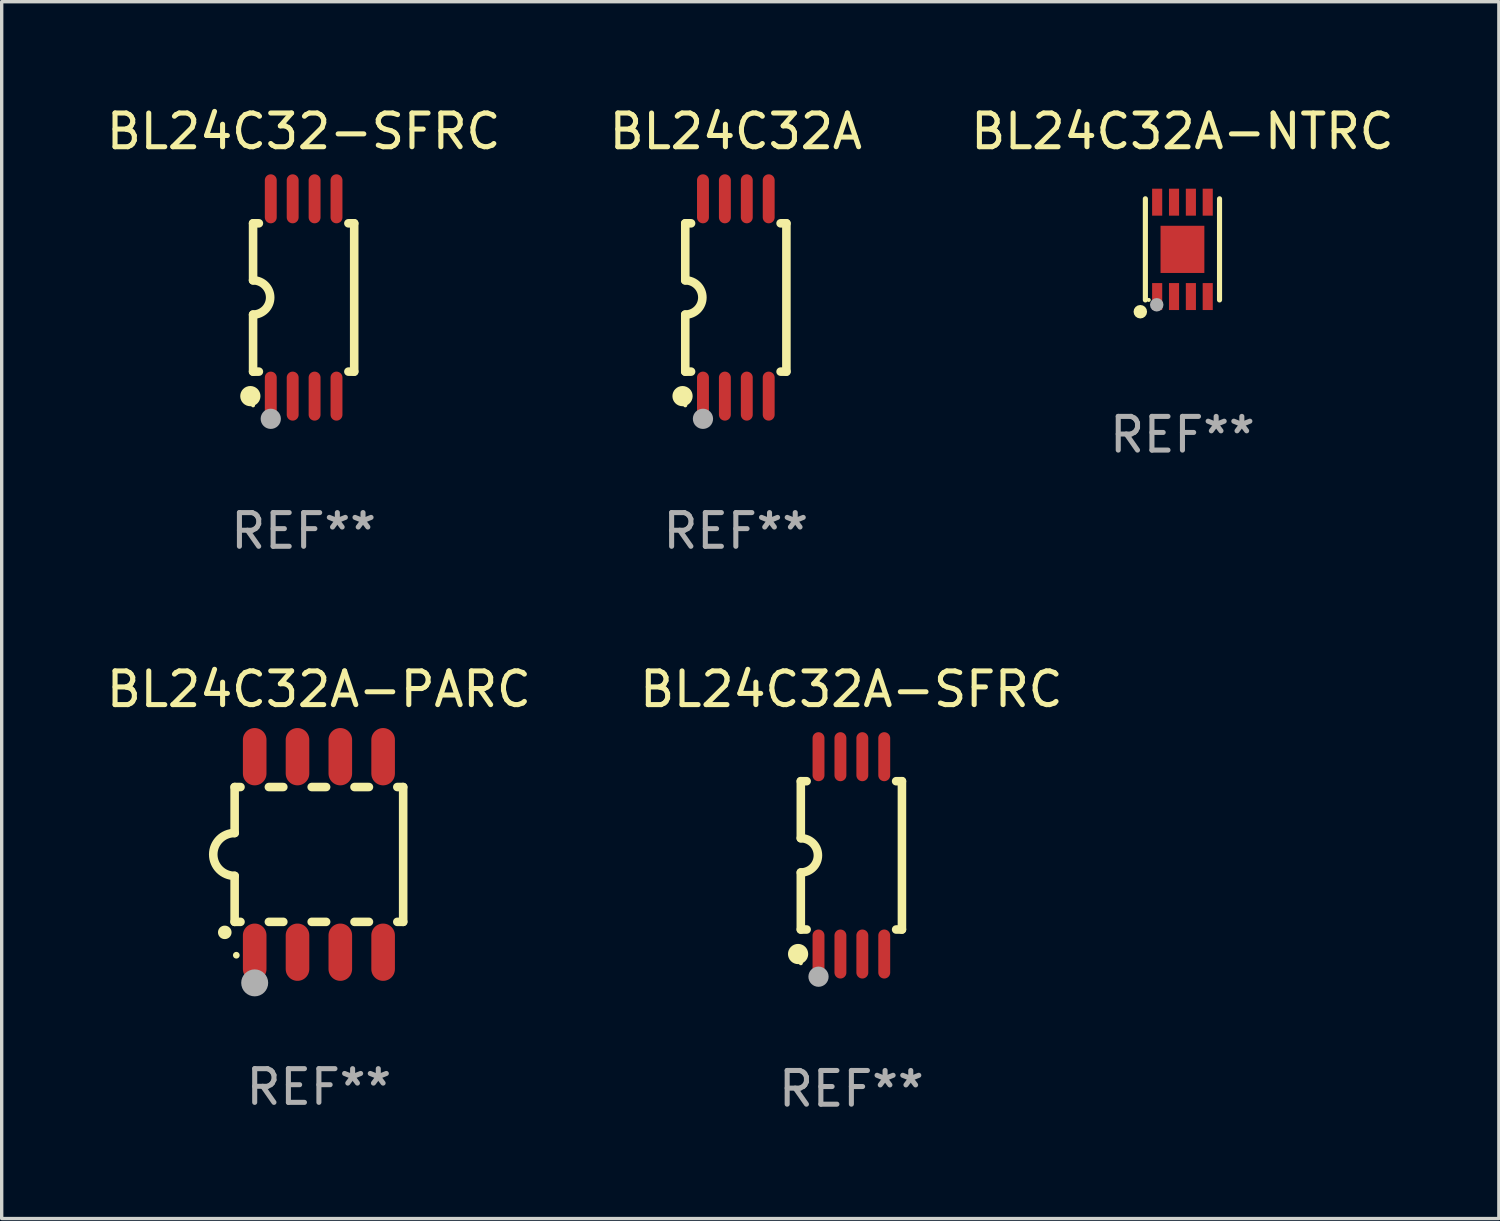
<source format=kicad_pcb>
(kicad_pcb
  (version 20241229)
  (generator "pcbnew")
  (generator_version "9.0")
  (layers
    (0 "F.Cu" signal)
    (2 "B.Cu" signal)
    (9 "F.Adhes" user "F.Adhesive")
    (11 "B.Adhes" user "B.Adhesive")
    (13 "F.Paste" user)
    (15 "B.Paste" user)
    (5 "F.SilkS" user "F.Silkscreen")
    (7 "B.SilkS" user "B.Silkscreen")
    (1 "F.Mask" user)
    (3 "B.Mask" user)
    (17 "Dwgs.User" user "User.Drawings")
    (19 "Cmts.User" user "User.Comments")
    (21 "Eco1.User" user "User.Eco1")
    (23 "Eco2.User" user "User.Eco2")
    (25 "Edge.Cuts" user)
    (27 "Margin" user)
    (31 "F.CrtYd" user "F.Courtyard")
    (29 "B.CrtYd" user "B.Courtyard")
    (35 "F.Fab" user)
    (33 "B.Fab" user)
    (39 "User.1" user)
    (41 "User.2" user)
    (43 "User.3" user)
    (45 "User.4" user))
  (footprint "BL24C32A"
    (layer "F.Cu")
    (at 18.78 5.775)
    (property "Reference" "BL24C32A" (at 0 -4.927 0) (layer "F.SilkS") (effects (font (size 1 1) (thickness 0.15))))
    (attr through_hole)
    (fp_line (start -1.5 -2.2) (end -1.5 -0.508) (stroke (width 0.254) (type solid)) (layer "F.SilkS"))
    (fp_line (start -1.5 -2.2) (end -1.328 -2.2) (stroke (width 0.254) (type solid)) (layer "F.SilkS"))
    (fp_line (start -1.5 2.2) (end -1.5 0.508) (stroke (width 0.254) (type solid)) (layer "F.SilkS"))
    (fp_line (start -1.5 2.2) (end -1.328 2.2) (stroke (width 0.254) (type solid)) (layer "F.SilkS"))
    (fp_line (start 1.328 -2.2) (end 1.5 -2.2) (stroke (width 0.254) (type solid)) (layer "F.SilkS"))
    (fp_line (start 1.328 2.2) (end 1.5 2.2) (stroke (width 0.254) (type solid)) (layer "F.SilkS"))
    (fp_line (start 1.5 -2.2) (end 1.5 2.2) (stroke (width 0.254) (type solid)) (layer "F.SilkS"))
    (fp_arc (start -1.501144 -0.508) (mid -0.993143 -0.000571) (end -1.5 0.508001) (stroke (width 0.254001) (type solid)) (layer "F.SilkS"))
    (fp_circle (center -1.581 2.927) (end -1.431 2.927) (stroke (width 0.3) (type solid)) (fill no) (layer "F.SilkS"))
    (fp_circle (center -1.5 3.2) (end -1.47 3.2) (stroke (width 0.06) (type solid)) (fill no) (layer "F.SilkS"))
    (fp_circle (center -0.975 3.6) (end -0.825 3.6) (stroke (width 0.3) (type solid)) (fill no) (layer "F.Fab"))
    (fp_text user "REF**" (at 0 6.927 0) (layer "F.Fab") (effects (font (size 1 1) (thickness 0.15))))
    (pad "1" smd oval (at -0.975 2.927) (size 0.353 1.454) (layers "F.Cu" "F.Mask" "F.Paste"))
    (pad "2" smd oval (at -0.325 2.927) (size 0.353 1.454) (layers "F.Cu" "F.Mask" "F.Paste"))
    (pad "3" smd oval (at 0.325 2.927) (size 0.353 1.454) (layers "F.Cu" "F.Mask" "F.Paste"))
    (pad "4" smd oval (at 0.975 2.927) (size 0.353 1.454) (layers "F.Cu" "F.Mask" "F.Paste"))
    (pad "5" smd oval (at 0.975 -2.927) (size 0.353 1.454) (layers "F.Cu" "F.Mask" "F.Paste"))
    (pad "6" smd oval (at 0.325 -2.927) (size 0.353 1.454) (layers "F.Cu" "F.Mask" "F.Paste"))
    (pad "7" smd oval (at -0.325 -2.927) (size 0.353 1.454) (layers "F.Cu" "F.Mask" "F.Paste"))
    (pad "8" smd oval (at -0.975 -2.927) (size 0.353 1.454) (layers "F.Cu" "F.Mask" "F.Paste")))
  (footprint "BL24C32A-NTRC"
    (layer "F.Cu")
    (at 32.03 4.348)
    (property "Reference" "BL24C32A-NTRC" (at 0 -3.5 0) (layer "F.SilkS") (effects (font (size 1 1) (thickness 0.15))))
    (attr through_hole)
    (fp_line (start -1.1 1.5) (end -1.1 -1.5) (stroke (width 0.152) (type solid)) (layer "F.SilkS"))
    (fp_line (start 1.1 -1.5) (end 1.1 1.5) (stroke (width 0.152) (type solid)) (layer "F.SilkS"))
    (fp_circle (center -1.25 1.85) (end -1.15 1.85) (stroke (width 0.2) (type solid)) (fill no) (layer "F.SilkS"))
    (fp_circle (center -1 1.5) (end -0.97 1.5) (stroke (width 0.06) (type solid)) (fill no) (layer "F.SilkS"))
    (fp_circle (center -0.763 1.644) (end -0.663 1.644) (stroke (width 0.2) (type solid)) (fill no) (layer "F.Fab"))
    (fp_text user "REF**" (at 0 5.5 0) (layer "F.Fab") (effects (font (size 1 1) (thickness 0.15))))
    (pad "1" smd rect (at -0.75 1.4 180) (size 0.3 0.8) (layers "F.Cu" "F.Mask" "F.Paste"))
    (pad "2" smd rect (at -0.25 1.4) (size 0.3 0.8) (layers "F.Cu" "F.Mask" "F.Paste"))
    (pad "3" smd rect (at 0.25 1.4) (size 0.3 0.8) (layers "F.Cu" "F.Mask" "F.Paste"))
    (pad "4" smd rect (at 0.75 1.4) (size 0.3 0.8) (layers "F.Cu" "F.Mask" "F.Paste"))
    (pad "5" smd rect (at 0.75 -1.4) (size 0.3 0.8) (layers "F.Cu" "F.Mask" "F.Paste"))
    (pad "6" smd rect (at 0.25 -1.4) (size 0.3 0.8) (layers "F.Cu" "F.Mask" "F.Paste"))
    (pad "7" smd rect (at -0.25 -1.4) (size 0.3 0.8) (layers "F.Cu" "F.Mask" "F.Paste"))
    (pad "8" smd rect (at -0.75 -1.4) (size 0.3 0.8) (layers "F.Cu" "F.Mask" "F.Paste"))
    (pad "9" smd rect (at 0 0 180) (size 1.3 1.4) (layers "F.Cu" "F.Mask" "F.Paste")))
  (footprint "BL24C32A-PARC"
    (layer "F.Cu")
    (at 6.411 22.299)
    (property "Reference" "BL24C32A-PARC" (at 0 -4.9 0) (layer "F.SilkS") (effects (font (size 1 1) (thickness 0.15))))
    (attr through_hole)
    (fp_line (start -2.5 -2) (end -2.5 -0.635) (stroke (width 0.254) (type solid)) (layer "F.SilkS"))
    (fp_line (start -2.5 -2) (end -2.326 -2) (stroke (width 0.254) (type solid)) (layer "F.SilkS"))
    (fp_line (start -2.5 2) (end -2.5 0.635) (stroke (width 0.254) (type solid)) (layer "F.SilkS"))
    (fp_line (start -2.5 2) (end -2.326 2) (stroke (width 0.254) (type solid)) (layer "F.SilkS"))
    (fp_line (start -1.484 -2) (end -1.056 -2) (stroke (width 0.254) (type solid)) (layer "F.SilkS"))
    (fp_line (start -1.484 2) (end -1.056 2) (stroke (width 0.254) (type solid)) (layer "F.SilkS"))
    (fp_line (start -0.214 -2) (end 0.214 -2) (stroke (width 0.254) (type solid)) (layer "F.SilkS"))
    (fp_line (start -0.214 2) (end 0.214 2) (stroke (width 0.254) (type solid)) (layer "F.SilkS"))
    (fp_line (start 1.056 -2) (end 1.484 -2) (stroke (width 0.254) (type solid)) (layer "F.SilkS"))
    (fp_line (start 1.056 2) (end 1.484 2) (stroke (width 0.254) (type solid)) (layer "F.SilkS"))
    (fp_line (start 2.326 -2) (end 2.5 -2) (stroke (width 0.254) (type solid)) (layer "F.SilkS"))
    (fp_line (start 2.326 2) (end 2.5 2) (stroke (width 0.254) (type solid)) (layer "F.SilkS"))
    (fp_line (start 2.5 -2) (end 2.5 2) (stroke (width 0.254) (type solid)) (layer "F.SilkS"))
    (fp_arc (start -2.794006 2.311405) (mid -2.792736 2.311401) (end -2.791466 2.311405) (stroke (width 0.4) (type solid)) (layer "F.SilkS"))
    (fp_arc (start -2.5 0.635001) (mid -3.134366 -0.000318) (end -2.499365 -0.635001) (stroke (width 0.254001) (type solid)) (layer "F.SilkS"))
    (fp_circle (center -2.45 2.99) (end -2.4 2.99) (stroke (width 0.1) (type solid)) (fill no) (layer "F.SilkS"))
    (fp_circle (center -1.905 3.81) (end -1.705 3.81) (stroke (width 0.4) (type solid)) (fill no) (layer "F.Fab"))
    (fp_text user "REF**" (at 0 6.9 0) (layer "F.Fab") (effects (font (size 1 1) (thickness 0.15))))
    (pad "1" smd oval (at -1.905 2.9 180) (size 0.7 1.7) (layers "F.Cu" "F.Mask" "F.Paste"))
    (pad "2" smd oval (at -0.635 2.9 180) (size 0.7 1.7) (layers "F.Cu" "F.Mask" "F.Paste"))
    (pad "3" smd oval (at 0.635 2.9 180) (size 0.7 1.7) (layers "F.Cu" "F.Mask" "F.Paste"))
    (pad "4" smd oval (at 1.905 2.9 180) (size 0.7 1.7) (layers "F.Cu" "F.Mask" "F.Paste"))
    (pad "5" smd oval (at 1.905 -2.9 180) (size 0.7 1.7) (layers "F.Cu" "F.Mask" "F.Paste"))
    (pad "6" smd oval (at 0.635 -2.9 180) (size 0.7 1.7) (layers "F.Cu" "F.Mask" "F.Paste"))
    (pad "7" smd oval (at -0.635 -2.9 180) (size 0.7 1.7) (layers "F.Cu" "F.Mask" "F.Paste"))
    (pad "8" smd oval (at -1.905 -2.9 180) (size 0.7 1.7) (layers "F.Cu" "F.Mask" "F.Paste")))
  (footprint "BL24C32A-SFRC"
    (layer "F.Cu")
    (at 22.208 22.326)
    (property "Reference" "BL24C32A-SFRC" (at 0 -4.927 0) (layer "F.SilkS") (effects (font (size 1 1) (thickness 0.15))))
    (attr through_hole)
    (fp_line (start -1.5 -2.2) (end -1.5 -0.508) (stroke (width 0.254) (type solid)) (layer "F.SilkS"))
    (fp_line (start -1.5 -2.2) (end -1.328 -2.2) (stroke (width 0.254) (type solid)) (layer "F.SilkS"))
    (fp_line (start -1.5 2.2) (end -1.5 0.508) (stroke (width 0.254) (type solid)) (layer "F.SilkS"))
    (fp_line (start -1.5 2.2) (end -1.328 2.2) (stroke (width 0.254) (type solid)) (layer "F.SilkS"))
    (fp_line (start 1.328 -2.2) (end 1.5 -2.2) (stroke (width 0.254) (type solid)) (layer "F.SilkS"))
    (fp_line (start 1.328 2.2) (end 1.5 2.2) (stroke (width 0.254) (type solid)) (layer "F.SilkS"))
    (fp_line (start 1.5 -2.2) (end 1.5 2.2) (stroke (width 0.254) (type solid)) (layer "F.SilkS"))
    (fp_arc (start -1.501144 -0.508) (mid -0.993143 -0.000571) (end -1.5 0.508001) (stroke (width 0.254001) (type solid)) (layer "F.SilkS"))
    (fp_circle (center -1.581 2.927) (end -1.431 2.927) (stroke (width 0.3) (type solid)) (fill no) (layer "F.SilkS"))
    (fp_circle (center -1.5 3.2) (end -1.47 3.2) (stroke (width 0.06) (type solid)) (fill no) (layer "F.SilkS"))
    (fp_circle (center -0.975 3.6) (end -0.825 3.6) (stroke (width 0.3) (type solid)) (fill no) (layer "F.Fab"))
    (fp_text user "REF**" (at 0 6.927 0) (layer "F.Fab") (effects (font (size 1 1) (thickness 0.15))))
    (pad "1" smd oval (at -0.975 2.927) (size 0.353 1.454) (layers "F.Cu" "F.Mask" "F.Paste"))
    (pad "2" smd oval (at -0.325 2.927) (size 0.353 1.454) (layers "F.Cu" "F.Mask" "F.Paste"))
    (pad "3" smd oval (at 0.325 2.927) (size 0.353 1.454) (layers "F.Cu" "F.Mask" "F.Paste"))
    (pad "4" smd oval (at 0.975 2.927) (size 0.353 1.454) (layers "F.Cu" "F.Mask" "F.Paste"))
    (pad "5" smd oval (at 0.975 -2.927) (size 0.353 1.454) (layers "F.Cu" "F.Mask" "F.Paste"))
    (pad "6" smd oval (at 0.325 -2.927) (size 0.353 1.454) (layers "F.Cu" "F.Mask" "F.Paste"))
    (pad "7" smd oval (at -0.325 -2.927) (size 0.353 1.454) (layers "F.Cu" "F.Mask" "F.Paste"))
    (pad "8" smd oval (at -0.975 -2.927) (size 0.353 1.454) (layers "F.Cu" "F.Mask" "F.Paste")))
  (footprint "BL24C32-SFRC"
    (layer "F.Cu")
    (at 5.958 5.775)
    (property "Reference" "BL24C32-SFRC" (at 0 -4.927 0) (layer "F.SilkS") (effects (font (size 1 1) (thickness 0.15))))
    (attr through_hole)
    (fp_line (start -1.5 -2.2) (end -1.5 -0.508) (stroke (width 0.254) (type solid)) (layer "F.SilkS"))
    (fp_line (start -1.5 -2.2) (end -1.328 -2.2) (stroke (width 0.254) (type solid)) (layer "F.SilkS"))
    (fp_line (start -1.5 2.2) (end -1.5 0.508) (stroke (width 0.254) (type solid)) (layer "F.SilkS"))
    (fp_line (start -1.5 2.2) (end -1.328 2.2) (stroke (width 0.254) (type solid)) (layer "F.SilkS"))
    (fp_line (start 1.328 -2.2) (end 1.5 -2.2) (stroke (width 0.254) (type solid)) (layer "F.SilkS"))
    (fp_line (start 1.328 2.2) (end 1.5 2.2) (stroke (width 0.254) (type solid)) (layer "F.SilkS"))
    (fp_line (start 1.5 -2.2) (end 1.5 2.2) (stroke (width 0.254) (type solid)) (layer "F.SilkS"))
    (fp_arc (start -1.501144 -0.508) (mid -0.993143 -0.000571) (end -1.5 0.508001) (stroke (width 0.254001) (type solid)) (layer "F.SilkS"))
    (fp_circle (center -1.581 2.927) (end -1.431 2.927) (stroke (width 0.3) (type solid)) (fill no) (layer "F.SilkS"))
    (fp_circle (center -1.5 3.2) (end -1.47 3.2) (stroke (width 0.06) (type solid)) (fill no) (layer "F.SilkS"))
    (fp_circle (center -0.975 3.6) (end -0.825 3.6) (stroke (width 0.3) (type solid)) (fill no) (layer "F.Fab"))
    (fp_text user "REF**" (at 0 6.927 0) (layer "F.Fab") (effects (font (size 1 1) (thickness 0.15))))
    (pad "1" smd oval (at -0.975 2.927) (size 0.353 1.454) (layers "F.Cu" "F.Mask" "F.Paste"))
    (pad "2" smd oval (at -0.325 2.927) (size 0.353 1.454) (layers "F.Cu" "F.Mask" "F.Paste"))
    (pad "3" smd oval (at 0.325 2.927) (size 0.353 1.454) (layers "F.Cu" "F.Mask" "F.Paste"))
    (pad "4" smd oval (at 0.975 2.927) (size 0.353 1.454) (layers "F.Cu" "F.Mask" "F.Paste"))
    (pad "5" smd oval (at 0.975 -2.927) (size 0.353 1.454) (layers "F.Cu" "F.Mask" "F.Paste"))
    (pad "6" smd oval (at 0.325 -2.927) (size 0.353 1.454) (layers "F.Cu" "F.Mask" "F.Paste"))
    (pad "7" smd oval (at -0.325 -2.927) (size 0.353 1.454) (layers "F.Cu" "F.Mask" "F.Paste"))
    (pad "8" smd oval (at -0.975 -2.927) (size 0.353 1.454) (layers "F.Cu" "F.Mask" "F.Paste")))
  (gr_rect
    (start -3 -3)
    (end 41.417 33.101)
    (stroke (width 0.1) (type default))
    (fill no)
    (layer "Edge.Cuts")))
</source>
